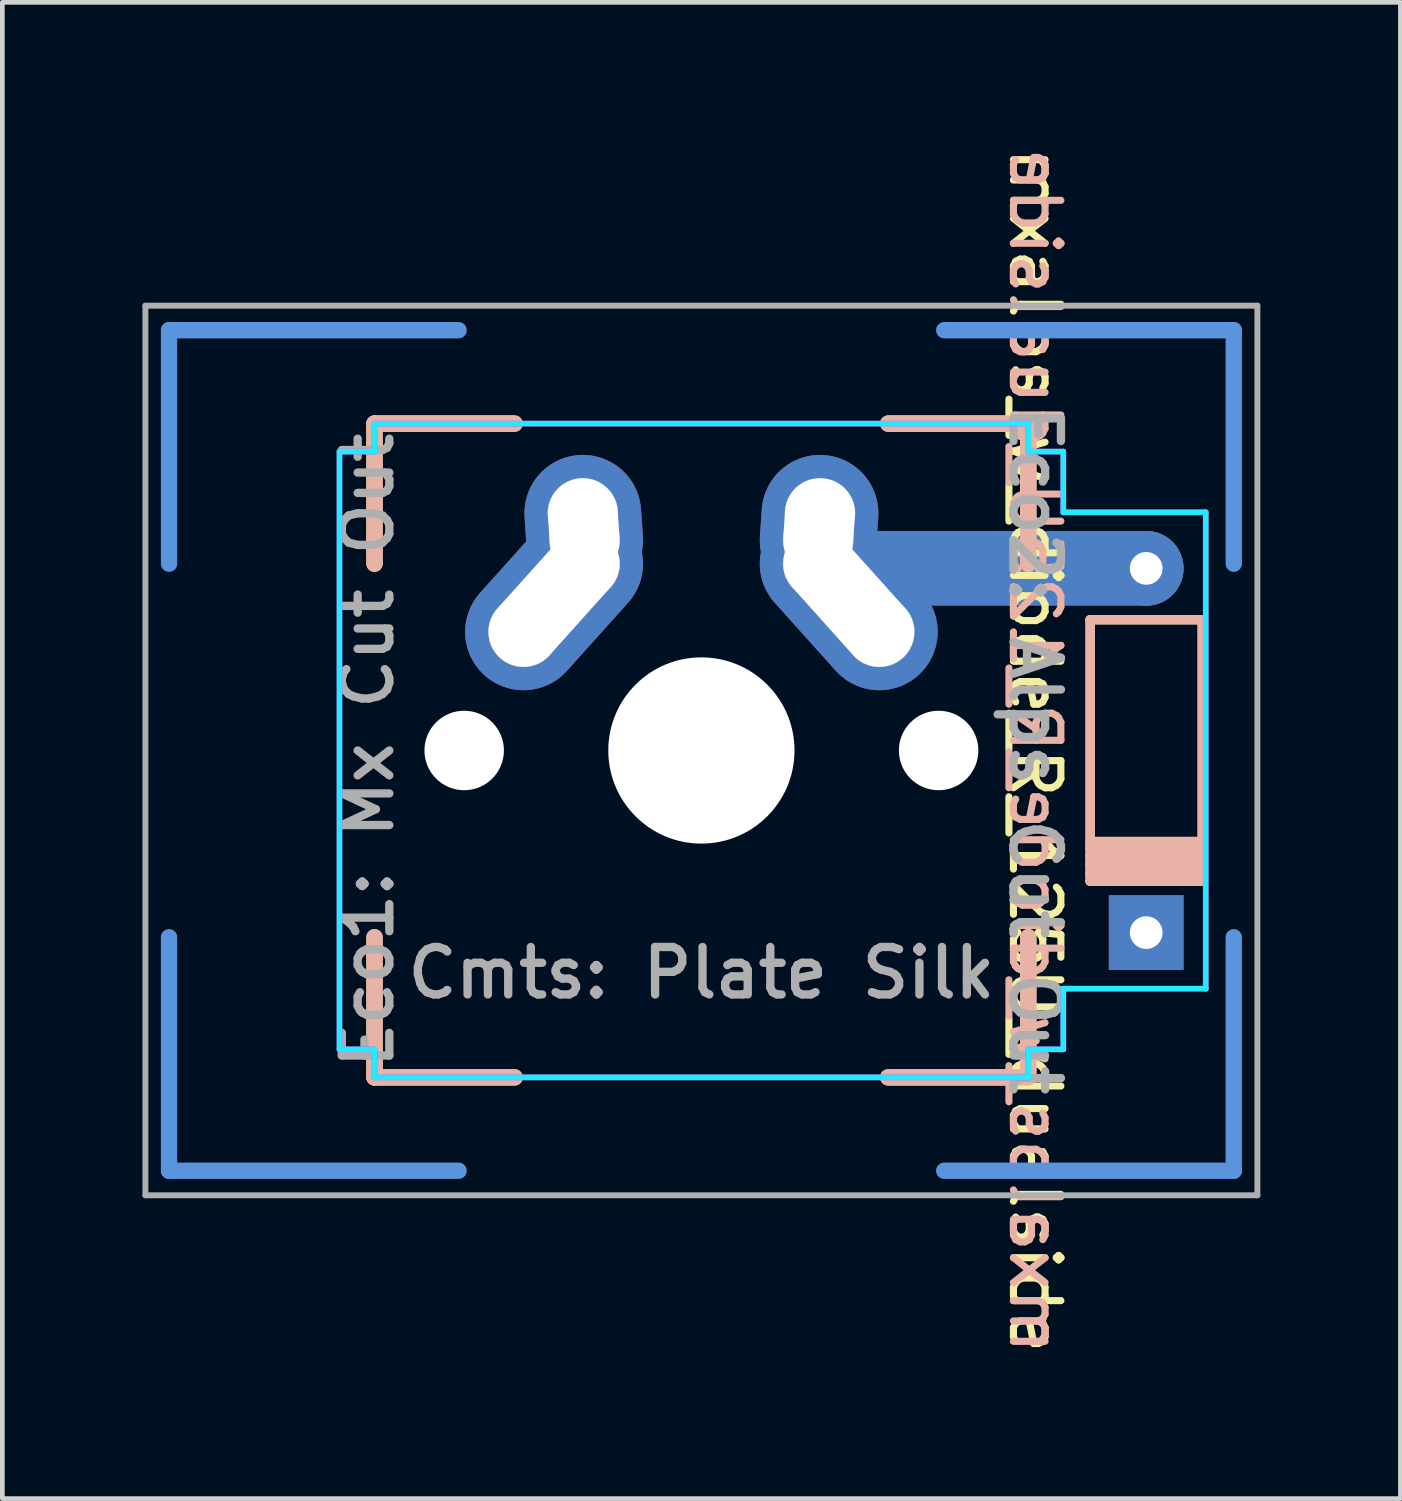
<source format=kicad_pcb>
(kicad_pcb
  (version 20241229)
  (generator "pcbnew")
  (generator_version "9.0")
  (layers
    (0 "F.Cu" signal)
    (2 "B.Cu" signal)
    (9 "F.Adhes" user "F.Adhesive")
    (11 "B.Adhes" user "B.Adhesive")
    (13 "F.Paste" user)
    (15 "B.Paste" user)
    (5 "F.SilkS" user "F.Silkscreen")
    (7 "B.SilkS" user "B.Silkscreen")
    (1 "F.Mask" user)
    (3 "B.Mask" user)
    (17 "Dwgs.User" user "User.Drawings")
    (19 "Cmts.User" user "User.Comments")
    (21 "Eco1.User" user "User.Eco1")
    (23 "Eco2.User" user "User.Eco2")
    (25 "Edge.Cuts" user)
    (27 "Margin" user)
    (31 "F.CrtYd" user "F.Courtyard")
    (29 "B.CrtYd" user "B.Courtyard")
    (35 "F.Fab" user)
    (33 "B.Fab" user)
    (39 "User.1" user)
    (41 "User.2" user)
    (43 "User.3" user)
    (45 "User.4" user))
  (footprint "mxalps_w_diode_R_125U_dualside"
    (layer "F.Cu")
    (at 11.97 13.021)
    (property "Reference" "mxalps_w_diode_R_125U_dualside" (at 7.144 0 270) (unlocked yes) (layer "F.SilkS") (effects (font (size 1.016 1.016) (thickness 0.152))))
    (attr through_hole)
    (fp_line (start -7 -7) (end -7 -4) (stroke (width 0.35) (type solid)) (layer "F.SilkS"))
    (fp_line (start -7 -7) (end -4 -7) (stroke (width 0.35) (type solid)) (layer "F.SilkS"))
    (fp_line (start -7 7) (end -7 4) (stroke (width 0.35) (type solid)) (layer "F.SilkS"))
    (fp_line (start -7 7) (end -4 7) (stroke (width 0.35) (type solid)) (layer "F.SilkS"))
    (fp_line (start 7 -7) (end 4 -7) (stroke (width 0.35) (type solid)) (layer "F.SilkS"))
    (fp_line (start 7 -7) (end 7 -4) (stroke (width 0.35) (type solid)) (layer "F.SilkS"))
    (fp_line (start 7 7) (end 4 7) (stroke (width 0.35) (type solid)) (layer "F.SilkS"))
    (fp_line (start 7 7) (end 7 4) (stroke (width 0.35) (type solid)) (layer "F.SilkS"))
    (fp_line (start 8.325 -2.8) (end 10.725 -2.8) (stroke (width 0.2) (type solid)) (layer "F.SilkS"))
    (fp_line (start 8.325 1.95) (end 10.725 1.95) (stroke (width 0.2) (type solid)) (layer "F.SilkS"))
    (fp_line (start 8.325 2.1) (end 10.725 2.1) (stroke (width 0.2) (type solid)) (layer "F.SilkS"))
    (fp_line (start 8.325 2.275) (end 10.725 2.275) (stroke (width 0.2) (type solid)) (layer "F.SilkS"))
    (fp_line (start 8.325 2.45) (end 10.725 2.45) (stroke (width 0.2) (type solid)) (layer "F.SilkS"))
    (fp_line (start 8.325 2.625) (end 10.725 2.625) (stroke (width 0.2) (type solid)) (layer "F.SilkS"))
    (fp_line (start 8.325 2.8) (end 8.325 -2.8) (stroke (width 0.2) (type solid)) (layer "F.SilkS"))
    (fp_line (start 8.325 2.8) (end 10.725 2.8) (stroke (width 0.2) (type solid)) (layer "F.SilkS"))
    (fp_line (start 10.725 -2.8) (end 10.725 2.8) (stroke (width 0.2) (type solid)) (layer "F.SilkS"))
    (fp_line (start -7 -7) (end -7 -4) (stroke (width 0.35) (type solid)) (layer "B.SilkS"))
    (fp_line (start -7 -7) (end -4 -7) (stroke (width 0.35) (type solid)) (layer "B.SilkS"))
    (fp_line (start -7 7) (end -7 4) (stroke (width 0.35) (type solid)) (layer "B.SilkS"))
    (fp_line (start -7 7) (end -4 7) (stroke (width 0.35) (type solid)) (layer "B.SilkS"))
    (fp_line (start 7 -7) (end 4 -7) (stroke (width 0.35) (type solid)) (layer "B.SilkS"))
    (fp_line (start 7 -7) (end 7 -4) (stroke (width 0.35) (type solid)) (layer "B.SilkS"))
    (fp_line (start 7 7) (end 4 7) (stroke (width 0.35) (type solid)) (layer "B.SilkS"))
    (fp_line (start 7 7) (end 7 4) (stroke (width 0.35) (type solid)) (layer "B.SilkS"))
    (fp_line (start 8.325 -2.8) (end 8.325 2.8) (stroke (width 0.2) (type solid)) (layer "B.SilkS"))
    (fp_line (start 10.725 -2.8) (end 8.325 -2.8) (stroke (width 0.2) (type solid)) (layer "B.SilkS"))
    (fp_line (start 10.725 1.95) (end 8.325 1.95) (stroke (width 0.2) (type solid)) (layer "B.SilkS"))
    (fp_line (start 10.725 2.1) (end 8.325 2.1) (stroke (width 0.2) (type solid)) (layer "B.SilkS"))
    (fp_line (start 10.725 2.275) (end 8.325 2.275) (stroke (width 0.2) (type solid)) (layer "B.SilkS"))
    (fp_line (start 10.725 2.45) (end 8.325 2.45) (stroke (width 0.2) (type solid)) (layer "B.SilkS"))
    (fp_line (start 10.725 2.625) (end 8.325 2.625) (stroke (width 0.2) (type solid)) (layer "B.SilkS"))
    (fp_line (start 10.725 2.8) (end 8.325 2.8) (stroke (width 0.2) (type solid)) (layer "B.SilkS"))
    (fp_line (start 10.725 2.8) (end 10.725 -2.8) (stroke (width 0.2) (type solid)) (layer "B.SilkS"))
    (fp_circle (center -3.81 -2.54) (end -3.06 -2.54) (stroke (width 0.01) (type solid)) (fill no) (layer "Dwgs.User"))
    (fp_circle (center -2.54 -5.08) (end -3.29 -5.08) (stroke (width 0.01) (type solid)) (fill no) (layer "Dwgs.User"))
    (fp_circle (center -2.5 -4.5) (end -3.25 -4.5) (stroke (width 0.01) (type solid)) (fill no) (layer "Dwgs.User"))
    (fp_circle (center -2.5 -4) (end -1.75 -4) (stroke (width 0.01) (type solid)) (fill no) (layer "Dwgs.User"))
    (fp_circle (center 2.5 -4.5) (end 3.25 -4.5) (stroke (width 0.01) (type solid)) (fill no) (layer "Dwgs.User"))
    (fp_circle (center 2.5 -4) (end 1.75 -4) (stroke (width 0.01) (type solid)) (fill no) (layer "Dwgs.User"))
    (fp_circle (center 2.54 -5.08) (end 3.29 -5.08) (stroke (width 0.01) (type solid)) (fill no) (layer "Dwgs.User"))
    (fp_circle (center 3.81 -2.54) (end 3.06 -2.54) (stroke (width 0.01) (type solid)) (fill no) (layer "Dwgs.User"))
    (fp_line (start -11.4 -9) (end -11.4 -4) (stroke (width 0.35) (type solid)) (layer "Cmts.User"))
    (fp_line (start -11.4 -9) (end -5.2 -9) (stroke (width 0.35) (type solid)) (layer "Cmts.User"))
    (fp_line (start -11.4 9) (end -11.4 4) (stroke (width 0.35) (type solid)) (layer "Cmts.User"))
    (fp_line (start -11.4 9) (end -5.2 9) (stroke (width 0.35) (type solid)) (layer "Cmts.User"))
    (fp_line (start 11.4 -9) (end 5.2 -9) (stroke (width 0.35) (type solid)) (layer "Cmts.User"))
    (fp_line (start 11.4 -4) (end 11.4 -9) (stroke (width 0.35) (type solid)) (layer "Cmts.User"))
    (fp_line (start 11.4 9) (end 5.2 9) (stroke (width 0.35) (type solid)) (layer "Cmts.User"))
    (fp_line (start 11.4 9) (end 11.4 4) (stroke (width 0.35) (type solid)) (layer "Cmts.User"))
    (fp_line (start -7 -7) (end -7 7) (stroke (width 0.1) (type solid)) (layer "Eco1.User"))
    (fp_line (start -7 7) (end 7 7) (stroke (width 0.1) (type solid)) (layer "Eco1.User"))
    (fp_line (start 7 -7) (end -7 -7) (stroke (width 0.1) (type solid)) (layer "Eco1.User"))
    (fp_line (start 7 7) (end 7 -7) (stroke (width 0.1) (type solid)) (layer "Eco1.User"))
    (fp_line (start -7.8 -6.4) (end -7.8 6.4) (stroke (width 0.1) (type solid)) (layer "Eco2.User"))
    (fp_line (start -7.8 6.4) (end 7.8 6.4) (stroke (width 0.1) (type solid)) (layer "Eco2.User"))
    (fp_line (start 7.8 -6.4) (end -7.8 -6.4) (stroke (width 0.1) (type solid)) (layer "Eco2.User"))
    (fp_line (start 7.8 6.4) (end 7.8 -6.4) (stroke (width 0.1) (type solid)) (layer "Eco2.User"))
    (fp_line (start -7.75 -6.4) (end -7 -6.4) (stroke (width 0.12) (type solid)) (layer "B.CrtYd"))
    (fp_line (start -7.75 6.4) (end -7.75 -6.4) (stroke (width 0.12) (type solid)) (layer "B.CrtYd"))
    (fp_line (start -7 -7) (end 7 -7) (stroke (width 0.12) (type solid)) (layer "B.CrtYd"))
    (fp_line (start -7 -6.4) (end -7 -7) (stroke (width 0.12) (type solid)) (layer "B.CrtYd"))
    (fp_line (start -7 6.4) (end -7.75 6.4) (stroke (width 0.12) (type solid)) (layer "B.CrtYd"))
    (fp_line (start -7 7) (end -7 6.4) (stroke (width 0.12) (type solid)) (layer "B.CrtYd"))
    (fp_line (start 7 -7) (end 7 -6.4) (stroke (width 0.12) (type solid)) (layer "B.CrtYd"))
    (fp_line (start 7 -6.4) (end 7.75 -6.4) (stroke (width 0.12) (type solid)) (layer "B.CrtYd"))
    (fp_line (start 7 6.4) (end 7 7) (stroke (width 0.12) (type solid)) (layer "B.CrtYd"))
    (fp_line (start 7 7) (end -7 7) (stroke (width 0.12) (type solid)) (layer "B.CrtYd"))
    (fp_line (start 7.75 -6.4) (end 7.75 -5.1) (stroke (width 0.12) (type solid)) (layer "B.CrtYd"))
    (fp_line (start 7.75 -5.1) (end 10.8 -5.1) (stroke (width 0.12) (type solid)) (layer "B.CrtYd"))
    (fp_line (start 7.75 5.1) (end 10.8 5.1) (stroke (width 0.12) (type solid)) (layer "B.CrtYd"))
    (fp_line (start 7.75 6.4) (end 7 6.4) (stroke (width 0.12) (type solid)) (layer "B.CrtYd"))
    (fp_line (start 7.75 6.4) (end 7.75 5.1) (stroke (width 0.12) (type solid)) (layer "B.CrtYd"))
    (fp_line (start 10.8 5.1) (end 10.8 -5.1) (stroke (width 0.12) (type solid)) (layer "B.CrtYd"))
    (fp_line (start -7.75 -6.4) (end -7.75 6.4) (stroke (width 0.12) (type solid)) (layer "F.CrtYd"))
    (fp_line (start -7.75 6.4) (end -7 6.4) (stroke (width 0.12) (type solid)) (layer "F.CrtYd"))
    (fp_line (start -7 -7) (end -7 -6.4) (stroke (width 0.12) (type solid)) (layer "F.CrtYd"))
    (fp_line (start -7 -6.4) (end -7.75 -6.4) (stroke (width 0.12) (type solid)) (layer "F.CrtYd"))
    (fp_line (start -7 6.4) (end -7 7) (stroke (width 0.12) (type solid)) (layer "F.CrtYd"))
    (fp_line (start -7 7) (end 7 7) (stroke (width 0.12) (type solid)) (layer "F.CrtYd"))
    (fp_line (start 7 -7) (end -7 -7) (stroke (width 0.12) (type solid)) (layer "F.CrtYd"))
    (fp_line (start 7 -6.4) (end 7 -7) (stroke (width 0.12) (type solid)) (layer "F.CrtYd"))
    (fp_line (start 7 6.4) (end 7.75 6.4) (stroke (width 0.12) (type solid)) (layer "F.CrtYd"))
    (fp_line (start 7 7) (end 7 6.4) (stroke (width 0.12) (type solid)) (layer "F.CrtYd"))
    (fp_line (start 7.75 -6.4) (end 7 -6.4) (stroke (width 0.12) (type solid)) (layer "F.CrtYd"))
    (fp_line (start 7.75 -6.4) (end 7.75 -5.1) (stroke (width 0.12) (type solid)) (layer "F.CrtYd"))
    (fp_line (start 7.75 -5.1) (end 10.8 -5.1) (stroke (width 0.12) (type solid)) (layer "F.CrtYd"))
    (fp_line (start 7.75 5.1) (end 10.8 5.1) (stroke (width 0.12) (type solid)) (layer "F.CrtYd"))
    (fp_line (start 7.75 6.4) (end 7.75 5.1) (stroke (width 0.12) (type solid)) (layer "F.CrtYd"))
    (fp_line (start 10.8 -5.1) (end 10.8 5.1) (stroke (width 0.12) (type solid)) (layer "F.CrtYd"))
    (fp_line (start -11.906 -9.525) (end -11.906 9.525) (stroke (width 0.127) (type solid)) (layer "F.Fab"))
    (fp_line (start -11.906 9.525) (end 11.906 9.525) (stroke (width 0.127) (type solid)) (layer "F.Fab"))
    (fp_line (start 11.906 -9.525) (end -11.906 -9.525) (stroke (width 0.127) (type solid)) (layer "F.Fab"))
    (fp_line (start 11.906 -9.525) (end 11.906 9.525) (stroke (width 0.127) (type solid)) (layer "F.Fab"))
    (fp_text user "${REFERENCE}" (at 7.144 0 270) (unlocked yes) (layer "B.SilkS") (effects (font (size 1.016 1.016) (thickness 0.152)) (justify mirror)))
    (fp_text user "Eco1: Mx Cut Out" (at -7.144 0 90) (unlocked yes) (layer "F.Fab") (effects (font (size 1.016 1.016) (thickness 0.178))))
    (fp_text user "Cmts: Plate Silk" (at 0 4.763 0) (unlocked yes) (layer "F.Fab") (effects (font (size 1.016 1.016) (thickness 0.178))))
    (fp_text user "Eco2: Alps Cut Out" (at 7.144 0 270) (unlocked yes) (layer "F.Fab") (effects (font (size 1.016 1.016) (thickness 0.178))))
    (pad "" np_thru_hole circle (at -5.08 0) (size 1.702 1.702) (drill 1.702) (layers "*.Cu" "*.Mask"))
    (pad "" np_thru_hole circle (at 0 0) (size 3.988 3.988) (drill 3.988) (layers "*.Cu" "*.Mask"))
    (pad "" thru_hole oval (at 2.52 -4.79 356.1) (size 2.5 3.08) (drill oval 1.5 2.08) (layers "*.Cu" "*.Mask"))
    (pad "" thru_hole oval (at 3.155 -3.27 41.9) (size 2.5 4.46) (drill oval 1.5 3.46) (layers "*.Cu" "*.Mask"))
    (pad "" np_thru_hole circle (at 5.08 0) (size 1.702 1.702) (drill 1.702) (layers "*.Cu" "*.Mask"))
    (pad "" thru_hole circle (at 9.525 -3.9 90) (size 1.6 1.6) (drill 0.7) (layers "*.Cu" "*.Mask"))
    (pad "" connect oval (at 9.525 -3.9) (size 8.6 1.6) (drill (offset -3.5 0)) (layers "B.Cu"))
    (pad "1" thru_hole oval (at -3.155 -3.27 318.1) (size 2.5 4.46) (drill oval 1.5 3.46) (layers "*.Cu" "*.Mask"))
    (pad "1" thru_hole oval (at -2.52 -4.79 3.9) (size 2.5 3.08) (drill oval 1.5 2.08) (layers "*.Cu" "*.Mask"))
    (pad "2" thru_hole rect (at 9.525 3.9 90) (size 1.6 1.6) (drill 0.7) (layers "*.Cu" "*.Mask")))
  (gr_rect
    (start -3 -3)
    (end 26.939 29.041)
    (stroke (width 0.1) (type default))
    (fill no)
    (layer "Edge.Cuts")))
</source>
